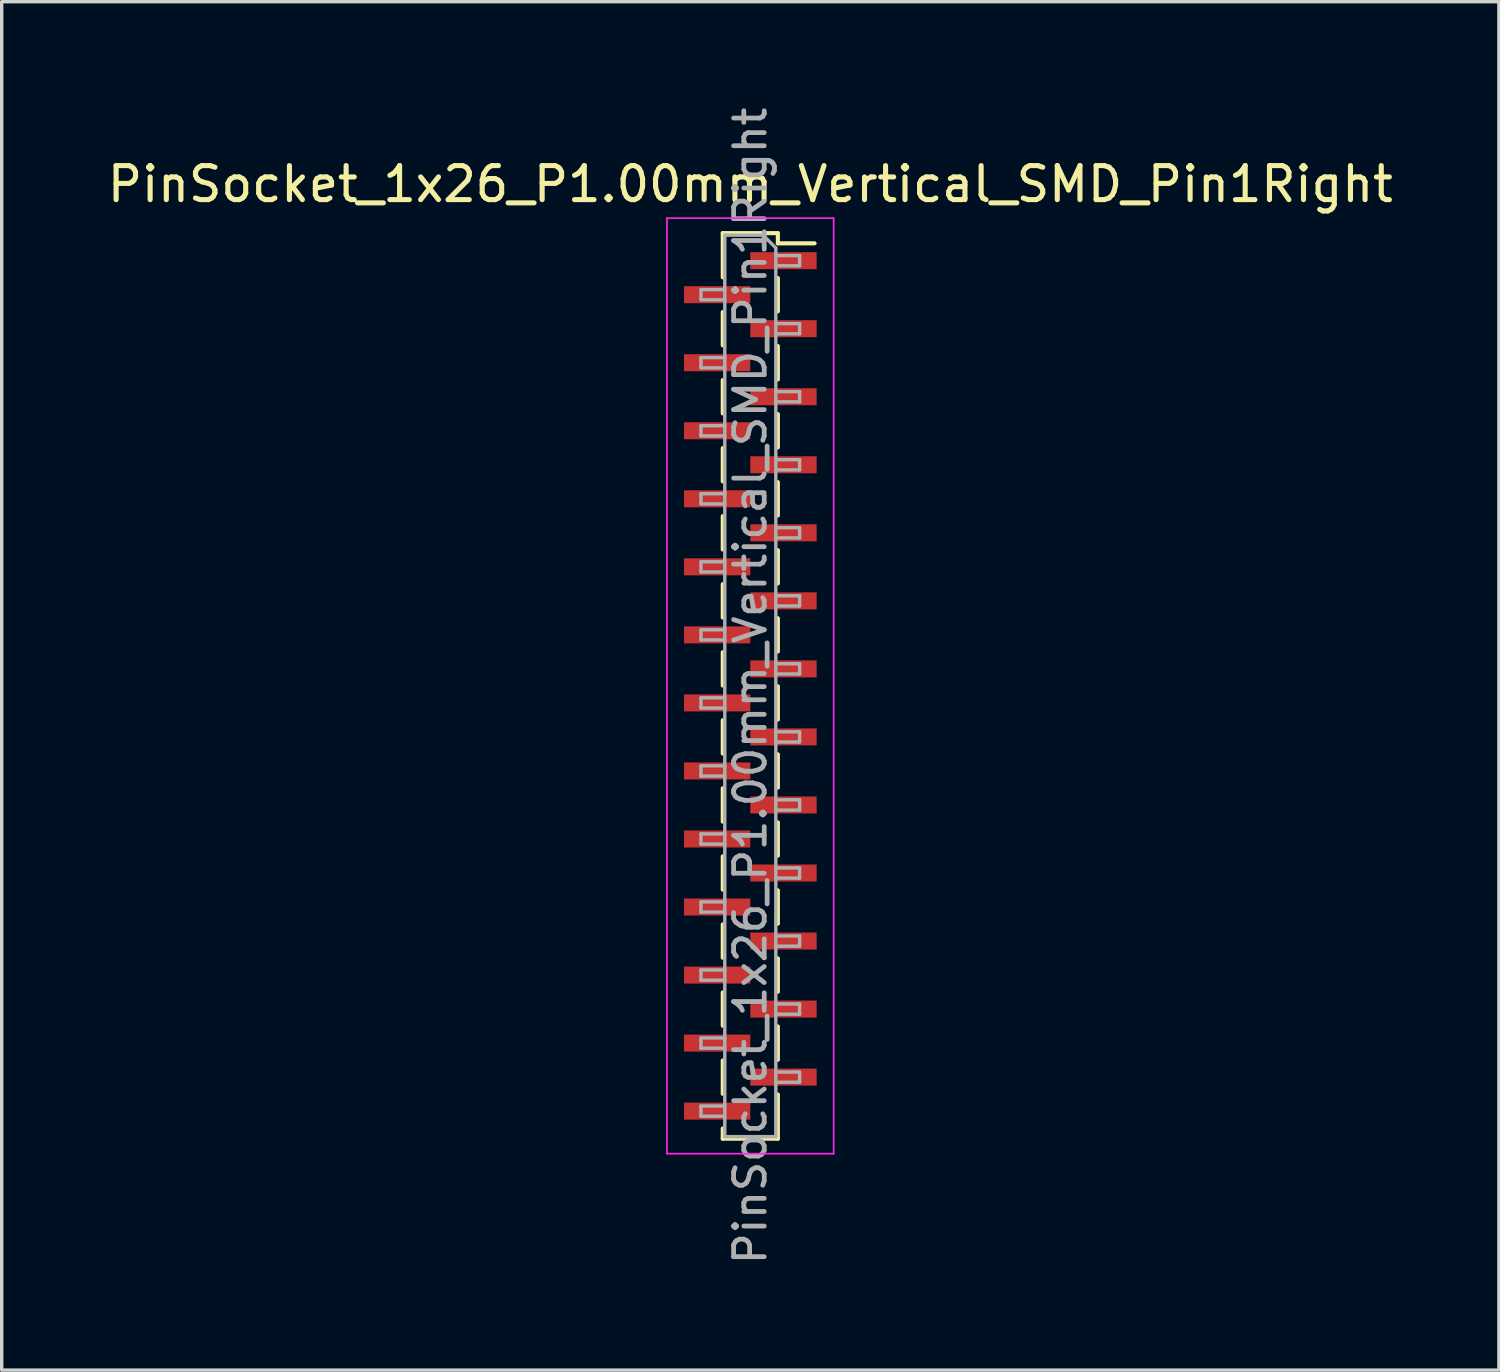
<source format=kicad_pcb>
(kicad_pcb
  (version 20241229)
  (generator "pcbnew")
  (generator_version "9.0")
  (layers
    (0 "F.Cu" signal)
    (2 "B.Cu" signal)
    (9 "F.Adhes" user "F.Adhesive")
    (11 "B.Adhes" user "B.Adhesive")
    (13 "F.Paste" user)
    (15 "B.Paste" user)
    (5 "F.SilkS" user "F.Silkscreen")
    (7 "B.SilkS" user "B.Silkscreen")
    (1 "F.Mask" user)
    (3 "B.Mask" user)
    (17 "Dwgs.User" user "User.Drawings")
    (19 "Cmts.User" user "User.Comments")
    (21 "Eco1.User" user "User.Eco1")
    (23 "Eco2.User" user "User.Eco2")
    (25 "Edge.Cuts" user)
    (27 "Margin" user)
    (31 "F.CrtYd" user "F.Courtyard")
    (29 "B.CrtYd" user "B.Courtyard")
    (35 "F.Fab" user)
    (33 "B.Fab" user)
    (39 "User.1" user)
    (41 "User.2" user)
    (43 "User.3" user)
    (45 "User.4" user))
  (footprint "PinSocket_1x26_P1.00mm_Vertical_SMD_Pin1Right"
    (layer "F.Cu")
    (at 19.006 17.113)
    (property "Reference" "PinSocket_1x26_P1.00mm_Vertical_SMD_Pin1Right" (at 0 -14.75 0) (layer "F.SilkS") (effects (font (size 1 1) (thickness 0.15))))
    (attr smd)
    (fp_line (start -0.81 -13.31) (end -0.81 -12.01) (stroke (width 0.12) (type solid)) (layer "F.SilkS"))
    (fp_line (start -0.81 -13.31) (end 0.81 -13.31) (stroke (width 0.12) (type solid)) (layer "F.SilkS"))
    (fp_line (start -0.81 -10.99) (end -0.81 -10.01) (stroke (width 0.12) (type solid)) (layer "F.SilkS"))
    (fp_line (start -0.81 -8.99) (end -0.81 -8.01) (stroke (width 0.12) (type solid)) (layer "F.SilkS"))
    (fp_line (start -0.81 -6.99) (end -0.81 -6.01) (stroke (width 0.12) (type solid)) (layer "F.SilkS"))
    (fp_line (start -0.81 -4.99) (end -0.81 -4.01) (stroke (width 0.12) (type solid)) (layer "F.SilkS"))
    (fp_line (start -0.81 -2.99) (end -0.81 -2.01) (stroke (width 0.12) (type solid)) (layer "F.SilkS"))
    (fp_line (start -0.81 -0.99) (end -0.81 -0.01) (stroke (width 0.12) (type solid)) (layer "F.SilkS"))
    (fp_line (start -0.81 1.01) (end -0.81 1.99) (stroke (width 0.12) (type solid)) (layer "F.SilkS"))
    (fp_line (start -0.81 3.01) (end -0.81 3.99) (stroke (width 0.12) (type solid)) (layer "F.SilkS"))
    (fp_line (start -0.81 5.01) (end -0.81 5.99) (stroke (width 0.12) (type solid)) (layer "F.SilkS"))
    (fp_line (start -0.81 7.01) (end -0.81 7.99) (stroke (width 0.12) (type solid)) (layer "F.SilkS"))
    (fp_line (start -0.81 9.01) (end -0.81 9.99) (stroke (width 0.12) (type solid)) (layer "F.SilkS"))
    (fp_line (start -0.81 11.01) (end -0.81 11.99) (stroke (width 0.12) (type solid)) (layer "F.SilkS"))
    (fp_line (start -0.81 13.01) (end -0.81 13.31) (stroke (width 0.12) (type solid)) (layer "F.SilkS"))
    (fp_line (start -0.81 13.31) (end 0.81 13.31) (stroke (width 0.12) (type solid)) (layer "F.SilkS"))
    (fp_line (start 0.81 -13.31) (end 0.81 -13.01) (stroke (width 0.12) (type solid)) (layer "F.SilkS"))
    (fp_line (start 0.81 -13.01) (end 1.89 -13.01) (stroke (width 0.12) (type solid)) (layer "F.SilkS"))
    (fp_line (start 0.81 -11.99) (end 0.81 -11.01) (stroke (width 0.12) (type solid)) (layer "F.SilkS"))
    (fp_line (start 0.81 -9.99) (end 0.81 -9.01) (stroke (width 0.12) (type solid)) (layer "F.SilkS"))
    (fp_line (start 0.81 -7.99) (end 0.81 -7.01) (stroke (width 0.12) (type solid)) (layer "F.SilkS"))
    (fp_line (start 0.81 -5.99) (end 0.81 -5.01) (stroke (width 0.12) (type solid)) (layer "F.SilkS"))
    (fp_line (start 0.81 -3.99) (end 0.81 -3.01) (stroke (width 0.12) (type solid)) (layer "F.SilkS"))
    (fp_line (start 0.81 -1.99) (end 0.81 -1.01) (stroke (width 0.12) (type solid)) (layer "F.SilkS"))
    (fp_line (start 0.81 0.01) (end 0.81 0.99) (stroke (width 0.12) (type solid)) (layer "F.SilkS"))
    (fp_line (start 0.81 2.01) (end 0.81 2.99) (stroke (width 0.12) (type solid)) (layer "F.SilkS"))
    (fp_line (start 0.81 4.01) (end 0.81 4.99) (stroke (width 0.12) (type solid)) (layer "F.SilkS"))
    (fp_line (start 0.81 6.01) (end 0.81 6.99) (stroke (width 0.12) (type solid)) (layer "F.SilkS"))
    (fp_line (start 0.81 8.01) (end 0.81 8.99) (stroke (width 0.12) (type solid)) (layer "F.SilkS"))
    (fp_line (start 0.81 10.01) (end 0.81 10.99) (stroke (width 0.12) (type solid)) (layer "F.SilkS"))
    (fp_line (start 0.81 12.01) (end 0.81 13.31) (stroke (width 0.12) (type solid)) (layer "F.SilkS"))
    (fp_line (start -2.45 -13.75) (end 2.45 -13.75) (stroke (width 0.05) (type solid)) (layer "F.CrtYd"))
    (fp_line (start -2.45 13.75) (end -2.45 -13.75) (stroke (width 0.05) (type solid)) (layer "F.CrtYd"))
    (fp_line (start 2.45 -13.75) (end 2.45 13.75) (stroke (width 0.05) (type solid)) (layer "F.CrtYd"))
    (fp_line (start 2.45 13.75) (end -2.45 13.75) (stroke (width 0.05) (type solid)) (layer "F.CrtYd"))
    (fp_line (start -1.45 -11.65) (end -0.75 -11.65) (stroke (width 0.1) (type solid)) (layer "F.Fab"))
    (fp_line (start -1.45 -11.35) (end -1.45 -11.65) (stroke (width 0.1) (type solid)) (layer "F.Fab"))
    (fp_line (start -1.45 -9.65) (end -0.75 -9.65) (stroke (width 0.1) (type solid)) (layer "F.Fab"))
    (fp_line (start -1.45 -9.35) (end -1.45 -9.65) (stroke (width 0.1) (type solid)) (layer "F.Fab"))
    (fp_line (start -1.45 -7.65) (end -0.75 -7.65) (stroke (width 0.1) (type solid)) (layer "F.Fab"))
    (fp_line (start -1.45 -7.35) (end -1.45 -7.65) (stroke (width 0.1) (type solid)) (layer "F.Fab"))
    (fp_line (start -1.45 -5.65) (end -0.75 -5.65) (stroke (width 0.1) (type solid)) (layer "F.Fab"))
    (fp_line (start -1.45 -5.35) (end -1.45 -5.65) (stroke (width 0.1) (type solid)) (layer "F.Fab"))
    (fp_line (start -1.45 -3.65) (end -0.75 -3.65) (stroke (width 0.1) (type solid)) (layer "F.Fab"))
    (fp_line (start -1.45 -3.35) (end -1.45 -3.65) (stroke (width 0.1) (type solid)) (layer "F.Fab"))
    (fp_line (start -1.45 -1.65) (end -0.75 -1.65) (stroke (width 0.1) (type solid)) (layer "F.Fab"))
    (fp_line (start -1.45 -1.35) (end -1.45 -1.65) (stroke (width 0.1) (type solid)) (layer "F.Fab"))
    (fp_line (start -1.45 0.35) (end -0.75 0.35) (stroke (width 0.1) (type solid)) (layer "F.Fab"))
    (fp_line (start -1.45 0.65) (end -1.45 0.35) (stroke (width 0.1) (type solid)) (layer "F.Fab"))
    (fp_line (start -1.45 2.35) (end -0.75 2.35) (stroke (width 0.1) (type solid)) (layer "F.Fab"))
    (fp_line (start -1.45 2.65) (end -1.45 2.35) (stroke (width 0.1) (type solid)) (layer "F.Fab"))
    (fp_line (start -1.45 4.35) (end -0.75 4.35) (stroke (width 0.1) (type solid)) (layer "F.Fab"))
    (fp_line (start -1.45 4.65) (end -1.45 4.35) (stroke (width 0.1) (type solid)) (layer "F.Fab"))
    (fp_line (start -1.45 6.35) (end -0.75 6.35) (stroke (width 0.1) (type solid)) (layer "F.Fab"))
    (fp_line (start -1.45 6.65) (end -1.45 6.35) (stroke (width 0.1) (type solid)) (layer "F.Fab"))
    (fp_line (start -1.45 8.35) (end -0.75 8.35) (stroke (width 0.1) (type solid)) (layer "F.Fab"))
    (fp_line (start -1.45 8.65) (end -1.45 8.35) (stroke (width 0.1) (type solid)) (layer "F.Fab"))
    (fp_line (start -1.45 10.35) (end -0.75 10.35) (stroke (width 0.1) (type solid)) (layer "F.Fab"))
    (fp_line (start -1.45 10.65) (end -1.45 10.35) (stroke (width 0.1) (type solid)) (layer "F.Fab"))
    (fp_line (start -1.45 12.35) (end -0.75 12.35) (stroke (width 0.1) (type solid)) (layer "F.Fab"))
    (fp_line (start -1.45 12.65) (end -1.45 12.35) (stroke (width 0.1) (type solid)) (layer "F.Fab"))
    (fp_line (start -0.75 -13.25) (end 0.375 -13.25) (stroke (width 0.1) (type solid)) (layer "F.Fab"))
    (fp_line (start -0.75 -11.35) (end -1.45 -11.35) (stroke (width 0.1) (type solid)) (layer "F.Fab"))
    (fp_line (start -0.75 -9.35) (end -1.45 -9.35) (stroke (width 0.1) (type solid)) (layer "F.Fab"))
    (fp_line (start -0.75 -7.35) (end -1.45 -7.35) (stroke (width 0.1) (type solid)) (layer "F.Fab"))
    (fp_line (start -0.75 -5.35) (end -1.45 -5.35) (stroke (width 0.1) (type solid)) (layer "F.Fab"))
    (fp_line (start -0.75 -3.35) (end -1.45 -3.35) (stroke (width 0.1) (type solid)) (layer "F.Fab"))
    (fp_line (start -0.75 -1.35) (end -1.45 -1.35) (stroke (width 0.1) (type solid)) (layer "F.Fab"))
    (fp_line (start -0.75 0.65) (end -1.45 0.65) (stroke (width 0.1) (type solid)) (layer "F.Fab"))
    (fp_line (start -0.75 2.65) (end -1.45 2.65) (stroke (width 0.1) (type solid)) (layer "F.Fab"))
    (fp_line (start -0.75 4.65) (end -1.45 4.65) (stroke (width 0.1) (type solid)) (layer "F.Fab"))
    (fp_line (start -0.75 6.65) (end -1.45 6.65) (stroke (width 0.1) (type solid)) (layer "F.Fab"))
    (fp_line (start -0.75 8.65) (end -1.45 8.65) (stroke (width 0.1) (type solid)) (layer "F.Fab"))
    (fp_line (start -0.75 10.65) (end -1.45 10.65) (stroke (width 0.1) (type solid)) (layer "F.Fab"))
    (fp_line (start -0.75 12.65) (end -1.45 12.65) (stroke (width 0.1) (type solid)) (layer "F.Fab"))
    (fp_line (start -0.75 13.25) (end -0.75 -13.25) (stroke (width 0.1) (type solid)) (layer "F.Fab"))
    (fp_line (start 0.375 -13.25) (end 0.75 -12.875) (stroke (width 0.1) (type solid)) (layer "F.Fab"))
    (fp_line (start 0.75 -12.875) (end 0.75 13.25) (stroke (width 0.1) (type solid)) (layer "F.Fab"))
    (fp_line (start 0.75 -12.65) (end 1.45 -12.65) (stroke (width 0.1) (type solid)) (layer "F.Fab"))
    (fp_line (start 0.75 -10.65) (end 1.45 -10.65) (stroke (width 0.1) (type solid)) (layer "F.Fab"))
    (fp_line (start 0.75 -8.65) (end 1.45 -8.65) (stroke (width 0.1) (type solid)) (layer "F.Fab"))
    (fp_line (start 0.75 -6.65) (end 1.45 -6.65) (stroke (width 0.1) (type solid)) (layer "F.Fab"))
    (fp_line (start 0.75 -4.65) (end 1.45 -4.65) (stroke (width 0.1) (type solid)) (layer "F.Fab"))
    (fp_line (start 0.75 -2.65) (end 1.45 -2.65) (stroke (width 0.1) (type solid)) (layer "F.Fab"))
    (fp_line (start 0.75 -0.65) (end 1.45 -0.65) (stroke (width 0.1) (type solid)) (layer "F.Fab"))
    (fp_line (start 0.75 1.35) (end 1.45 1.35) (stroke (width 0.1) (type solid)) (layer "F.Fab"))
    (fp_line (start 0.75 3.35) (end 1.45 3.35) (stroke (width 0.1) (type solid)) (layer "F.Fab"))
    (fp_line (start 0.75 5.35) (end 1.45 5.35) (stroke (width 0.1) (type solid)) (layer "F.Fab"))
    (fp_line (start 0.75 7.35) (end 1.45 7.35) (stroke (width 0.1) (type solid)) (layer "F.Fab"))
    (fp_line (start 0.75 9.35) (end 1.45 9.35) (stroke (width 0.1) (type solid)) (layer "F.Fab"))
    (fp_line (start 0.75 11.35) (end 1.45 11.35) (stroke (width 0.1) (type solid)) (layer "F.Fab"))
    (fp_line (start 0.75 13.25) (end -0.75 13.25) (stroke (width 0.1) (type solid)) (layer "F.Fab"))
    (fp_line (start 1.45 -12.65) (end 1.45 -12.35) (stroke (width 0.1) (type solid)) (layer "F.Fab"))
    (fp_line (start 1.45 -12.35) (end 0.75 -12.35) (stroke (width 0.1) (type solid)) (layer "F.Fab"))
    (fp_line (start 1.45 -10.65) (end 1.45 -10.35) (stroke (width 0.1) (type solid)) (layer "F.Fab"))
    (fp_line (start 1.45 -10.35) (end 0.75 -10.35) (stroke (width 0.1) (type solid)) (layer "F.Fab"))
    (fp_line (start 1.45 -8.65) (end 1.45 -8.35) (stroke (width 0.1) (type solid)) (layer "F.Fab"))
    (fp_line (start 1.45 -8.35) (end 0.75 -8.35) (stroke (width 0.1) (type solid)) (layer "F.Fab"))
    (fp_line (start 1.45 -6.65) (end 1.45 -6.35) (stroke (width 0.1) (type solid)) (layer "F.Fab"))
    (fp_line (start 1.45 -6.35) (end 0.75 -6.35) (stroke (width 0.1) (type solid)) (layer "F.Fab"))
    (fp_line (start 1.45 -4.65) (end 1.45 -4.35) (stroke (width 0.1) (type solid)) (layer "F.Fab"))
    (fp_line (start 1.45 -4.35) (end 0.75 -4.35) (stroke (width 0.1) (type solid)) (layer "F.Fab"))
    (fp_line (start 1.45 -2.65) (end 1.45 -2.35) (stroke (width 0.1) (type solid)) (layer "F.Fab"))
    (fp_line (start 1.45 -2.35) (end 0.75 -2.35) (stroke (width 0.1) (type solid)) (layer "F.Fab"))
    (fp_line (start 1.45 -0.65) (end 1.45 -0.35) (stroke (width 0.1) (type solid)) (layer "F.Fab"))
    (fp_line (start 1.45 -0.35) (end 0.75 -0.35) (stroke (width 0.1) (type solid)) (layer "F.Fab"))
    (fp_line (start 1.45 1.35) (end 1.45 1.65) (stroke (width 0.1) (type solid)) (layer "F.Fab"))
    (fp_line (start 1.45 1.65) (end 0.75 1.65) (stroke (width 0.1) (type solid)) (layer "F.Fab"))
    (fp_line (start 1.45 3.35) (end 1.45 3.65) (stroke (width 0.1) (type solid)) (layer "F.Fab"))
    (fp_line (start 1.45 3.65) (end 0.75 3.65) (stroke (width 0.1) (type solid)) (layer "F.Fab"))
    (fp_line (start 1.45 5.35) (end 1.45 5.65) (stroke (width 0.1) (type solid)) (layer "F.Fab"))
    (fp_line (start 1.45 5.65) (end 0.75 5.65) (stroke (width 0.1) (type solid)) (layer "F.Fab"))
    (fp_line (start 1.45 7.35) (end 1.45 7.65) (stroke (width 0.1) (type solid)) (layer "F.Fab"))
    (fp_line (start 1.45 7.65) (end 0.75 7.65) (stroke (width 0.1) (type solid)) (layer "F.Fab"))
    (fp_line (start 1.45 9.35) (end 1.45 9.65) (stroke (width 0.1) (type solid)) (layer "F.Fab"))
    (fp_line (start 1.45 9.65) (end 0.75 9.65) (stroke (width 0.1) (type solid)) (layer "F.Fab"))
    (fp_line (start 1.45 11.35) (end 1.45 11.65) (stroke (width 0.1) (type solid)) (layer "F.Fab"))
    (fp_line (start 1.45 11.65) (end 0.75 11.65) (stroke (width 0.1) (type solid)) (layer "F.Fab"))
    (fp_text user "${REFERENCE}" (at 0 0 90) (layer "F.Fab") (effects (font (size 0.9 0.9) (thickness 0.14))))
    (pad "1" smd rect (at 0.975 -12.5) (size 1.95 0.5) (layers "F.Cu" "F.Mask" "F.Paste"))
    (pad "2" smd rect (at -0.975 -11.5) (size 1.95 0.5) (layers "F.Cu" "F.Mask" "F.Paste"))
    (pad "3" smd rect (at 0.975 -10.5) (size 1.95 0.5) (layers "F.Cu" "F.Mask" "F.Paste"))
    (pad "4" smd rect (at -0.975 -9.5) (size 1.95 0.5) (layers "F.Cu" "F.Mask" "F.Paste"))
    (pad "5" smd rect (at 0.975 -8.5) (size 1.95 0.5) (layers "F.Cu" "F.Mask" "F.Paste"))
    (pad "6" smd rect (at -0.975 -7.5) (size 1.95 0.5) (layers "F.Cu" "F.Mask" "F.Paste"))
    (pad "7" smd rect (at 0.975 -6.5) (size 1.95 0.5) (layers "F.Cu" "F.Mask" "F.Paste"))
    (pad "8" smd rect (at -0.975 -5.5) (size 1.95 0.5) (layers "F.Cu" "F.Mask" "F.Paste"))
    (pad "9" smd rect (at 0.975 -4.5) (size 1.95 0.5) (layers "F.Cu" "F.Mask" "F.Paste"))
    (pad "10" smd rect (at -0.975 -3.5) (size 1.95 0.5) (layers "F.Cu" "F.Mask" "F.Paste"))
    (pad "11" smd rect (at 0.975 -2.5) (size 1.95 0.5) (layers "F.Cu" "F.Mask" "F.Paste"))
    (pad "12" smd rect (at -0.975 -1.5) (size 1.95 0.5) (layers "F.Cu" "F.Mask" "F.Paste"))
    (pad "13" smd rect (at 0.975 -0.5) (size 1.95 0.5) (layers "F.Cu" "F.Mask" "F.Paste"))
    (pad "14" smd rect (at -0.975 0.5) (size 1.95 0.5) (layers "F.Cu" "F.Mask" "F.Paste"))
    (pad "15" smd rect (at 0.975 1.5) (size 1.95 0.5) (layers "F.Cu" "F.Mask" "F.Paste"))
    (pad "16" smd rect (at -0.975 2.5) (size 1.95 0.5) (layers "F.Cu" "F.Mask" "F.Paste"))
    (pad "17" smd rect (at 0.975 3.5) (size 1.95 0.5) (layers "F.Cu" "F.Mask" "F.Paste"))
    (pad "18" smd rect (at -0.975 4.5) (size 1.95 0.5) (layers "F.Cu" "F.Mask" "F.Paste"))
    (pad "19" smd rect (at 0.975 5.5) (size 1.95 0.5) (layers "F.Cu" "F.Mask" "F.Paste"))
    (pad "20" smd rect (at -0.975 6.5) (size 1.95 0.5) (layers "F.Cu" "F.Mask" "F.Paste"))
    (pad "21" smd rect (at 0.975 7.5) (size 1.95 0.5) (layers "F.Cu" "F.Mask" "F.Paste"))
    (pad "22" smd rect (at -0.975 8.5) (size 1.95 0.5) (layers "F.Cu" "F.Mask" "F.Paste"))
    (pad "23" smd rect (at 0.975 9.5) (size 1.95 0.5) (layers "F.Cu" "F.Mask" "F.Paste"))
    (pad "24" smd rect (at -0.975 10.5) (size 1.95 0.5) (layers "F.Cu" "F.Mask" "F.Paste"))
    (pad "25" smd rect (at 0.975 11.5) (size 1.95 0.5) (layers "F.Cu" "F.Mask" "F.Paste"))
    (pad "26" smd rect (at -0.975 12.5) (size 1.95 0.5) (layers "F.Cu" "F.Mask" "F.Paste")))
  (gr_rect
    (start -3 -3)
    (end 41.012 37.226)
    (stroke (width 0.1) (type default))
    (fill no)
    (layer "Edge.Cuts")))
</source>
